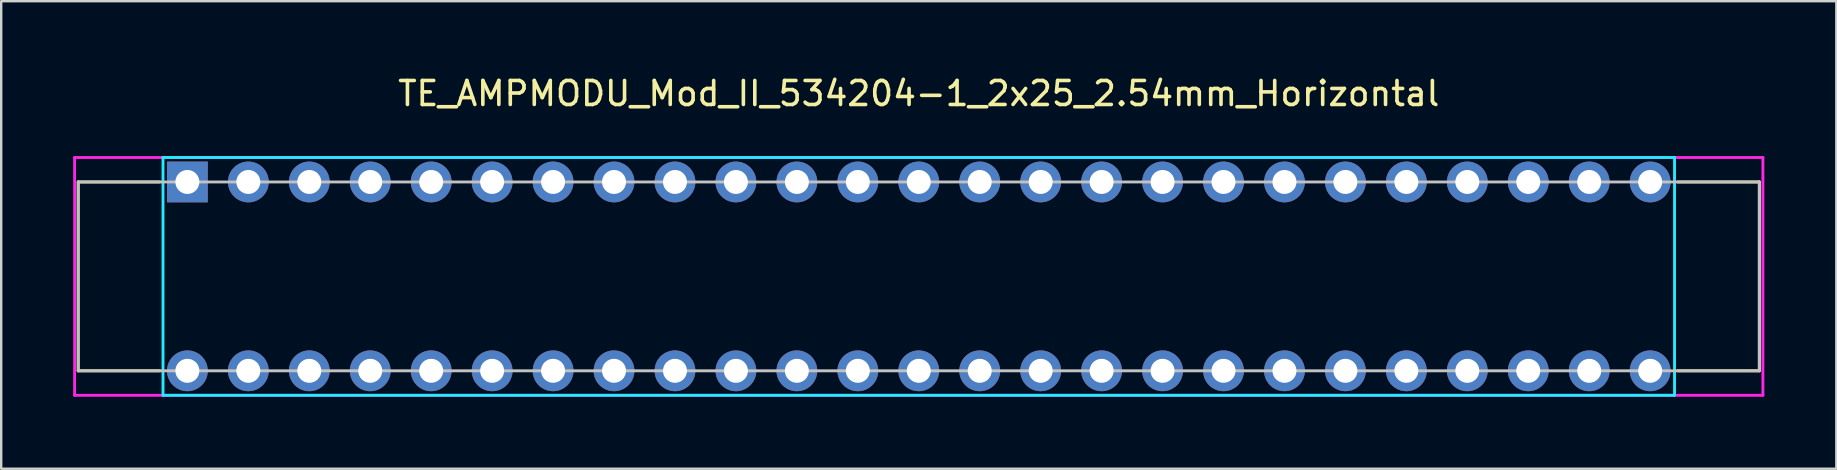
<source format=kicad_pcb>
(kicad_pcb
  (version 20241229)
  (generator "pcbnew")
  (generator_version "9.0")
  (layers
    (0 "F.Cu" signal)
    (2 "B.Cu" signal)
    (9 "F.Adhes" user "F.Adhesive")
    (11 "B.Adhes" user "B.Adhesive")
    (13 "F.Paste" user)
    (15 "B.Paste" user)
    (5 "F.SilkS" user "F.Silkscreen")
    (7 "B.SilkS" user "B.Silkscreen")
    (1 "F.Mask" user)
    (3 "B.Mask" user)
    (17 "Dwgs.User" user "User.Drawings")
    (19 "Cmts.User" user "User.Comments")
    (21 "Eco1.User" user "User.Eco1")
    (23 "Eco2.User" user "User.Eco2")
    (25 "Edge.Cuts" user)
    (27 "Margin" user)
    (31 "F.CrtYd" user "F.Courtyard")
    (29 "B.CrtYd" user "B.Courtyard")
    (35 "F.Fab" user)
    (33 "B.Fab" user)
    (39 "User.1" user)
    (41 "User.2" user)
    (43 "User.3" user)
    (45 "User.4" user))
  (footprint "TE_AMPMODU_Mod_II_534204-1_2x25_2.54mm_Horizontal"
    (layer "F.Cu")
    (at 35.239 8.468)
    (property "Reference" "TE_AMPMODU_Mod_II_534204-1_2x25_2.54mm_Horizontal" (at 0 -7.62 0) (layer "F.SilkS") (effects (font (size 1 1) (thickness 0.15))))
    (attr through_hole)
    (fp_line (start -35.03 -3.935) (end -31.63 -3.935) (stroke (width 0.12) (type solid)) (layer "F.SilkS"))
    (fp_line (start -35.03 3.935) (end -35.03 -3.935) (stroke (width 0.12) (type solid)) (layer "F.SilkS"))
    (fp_line (start -35.03 3.935) (end -31.63 3.935) (stroke (width 0.12) (type solid)) (layer "F.SilkS"))
    (fp_line (start 35.03 -3.935) (end 31.63 -3.935) (stroke (width 0.12) (type solid)) (layer "F.SilkS"))
    (fp_line (start 35.03 3.935) (end 31.63 3.935) (stroke (width 0.12) (type solid)) (layer "F.SilkS"))
    (fp_line (start 35.03 3.935) (end 35.03 -3.935) (stroke (width 0.12) (type solid)) (layer "F.SilkS"))
    (fp_line (start -35.03 -3.935) (end 35.03 -3.935) (stroke (width 0.12) (type solid)) (layer "Dwgs.User"))
    (fp_line (start -35.03 3.935) (end -35.03 -3.935) (stroke (width 0.12) (type solid)) (layer "Dwgs.User"))
    (fp_line (start -35.03 3.935) (end 35.03 3.935) (stroke (width 0.12) (type solid)) (layer "Dwgs.User"))
    (fp_line (start 35.03 -3.935) (end 35.03 3.935) (stroke (width 0.12) (type solid)) (layer "Dwgs.User"))
    (fp_line (start -31.496 4.955) (end -31.496 -4.955) (stroke (width 0.12) (type solid)) (layer "B.CrtYd"))
    (fp_line (start -31.496 4.955) (end 31.496 4.955) (stroke (width 0.12) (type solid)) (layer "B.CrtYd"))
    (fp_line (start 31.496 -4.955) (end -31.496 -4.955) (stroke (width 0.12) (type solid)) (layer "B.CrtYd"))
    (fp_line (start 31.496 -4.955) (end 31.496 4.955) (stroke (width 0.12) (type solid)) (layer "B.CrtYd"))
    (fp_line (start -35.179 4.955) (end -35.179 -4.955) (stroke (width 0.12) (type solid)) (layer "F.CrtYd"))
    (fp_line (start -35.179 4.955) (end 35.179 4.955) (stroke (width 0.12) (type solid)) (layer "F.CrtYd"))
    (fp_line (start 35.179 -4.955) (end -35.179 -4.955) (stroke (width 0.12) (type solid)) (layer "F.CrtYd"))
    (fp_line (start 35.179 4.955) (end 35.179 -4.955) (stroke (width 0.12) (type solid)) (layer "F.CrtYd"))
    (pad "1" thru_hole rect (at -30.48 -3.935) (size 1.7 1.7) (drill 1) (layers "*.Cu" "*.Mask"))
    (pad "2" thru_hole circle (at -30.48 3.935) (size 1.7 1.7) (drill 1) (layers "*.Cu" "*.Mask"))
    (pad "3" thru_hole circle (at -27.94 -3.935) (size 1.7 1.7) (drill 1) (layers "*.Cu" "*.Mask"))
    (pad "4" thru_hole circle (at -27.94 3.935) (size 1.7 1.7) (drill 1) (layers "*.Cu" "*.Mask"))
    (pad "5" thru_hole circle (at -25.4 -3.935) (size 1.7 1.7) (drill 1) (layers "*.Cu" "*.Mask"))
    (pad "6" thru_hole circle (at -25.4 3.935) (size 1.7 1.7) (drill 1) (layers "*.Cu" "*.Mask"))
    (pad "7" thru_hole circle (at -22.86 -3.935) (size 1.7 1.7) (drill 1) (layers "*.Cu" "*.Mask"))
    (pad "8" thru_hole circle (at -22.86 3.935) (size 1.7 1.7) (drill 1) (layers "*.Cu" "*.Mask"))
    (pad "9" thru_hole circle (at -20.32 -3.935) (size 1.7 1.7) (drill 1) (layers "*.Cu" "*.Mask"))
    (pad "10" thru_hole circle (at -20.32 3.935) (size 1.7 1.7) (drill 1) (layers "*.Cu" "*.Mask"))
    (pad "11" thru_hole circle (at -17.78 -3.935) (size 1.7 1.7) (drill 1) (layers "*.Cu" "*.Mask"))
    (pad "12" thru_hole circle (at -17.78 3.935) (size 1.7 1.7) (drill 1) (layers "*.Cu" "*.Mask"))
    (pad "13" thru_hole circle (at -15.24 -3.935) (size 1.7 1.7) (drill 1) (layers "*.Cu" "*.Mask"))
    (pad "14" thru_hole circle (at -15.24 3.935) (size 1.7 1.7) (drill 1) (layers "*.Cu" "*.Mask"))
    (pad "15" thru_hole circle (at -12.7 -3.935) (size 1.7 1.7) (drill 1) (layers "*.Cu" "*.Mask"))
    (pad "16" thru_hole circle (at -12.7 3.935) (size 1.7 1.7) (drill 1) (layers "*.Cu" "*.Mask"))
    (pad "17" thru_hole circle (at -10.16 -3.935) (size 1.7 1.7) (drill 1) (layers "*.Cu" "*.Mask"))
    (pad "18" thru_hole circle (at -10.16 3.935) (size 1.7 1.7) (drill 1) (layers "*.Cu" "*.Mask"))
    (pad "19" thru_hole circle (at -7.62 -3.935) (size 1.7 1.7) (drill 1) (layers "*.Cu" "*.Mask"))
    (pad "20" thru_hole circle (at -7.62 3.935) (size 1.7 1.7) (drill 1) (layers "*.Cu" "*.Mask"))
    (pad "21" thru_hole circle (at -5.08 -3.935) (size 1.7 1.7) (drill 1) (layers "*.Cu" "*.Mask"))
    (pad "22" thru_hole circle (at -5.08 3.935) (size 1.7 1.7) (drill 1) (layers "*.Cu" "*.Mask"))
    (pad "23" thru_hole circle (at -2.54 -3.935) (size 1.7 1.7) (drill 1) (layers "*.Cu" "*.Mask"))
    (pad "24" thru_hole circle (at -2.54 3.935) (size 1.7 1.7) (drill 1) (layers "*.Cu" "*.Mask"))
    (pad "25" thru_hole circle (at 0 -3.935) (size 1.7 1.7) (drill 1) (layers "*.Cu" "*.Mask"))
    (pad "26" thru_hole circle (at 0 3.935) (size 1.7 1.7) (drill 1) (layers "*.Cu" "*.Mask"))
    (pad "27" thru_hole circle (at 2.54 -3.935) (size 1.7 1.7) (drill 1) (layers "*.Cu" "*.Mask"))
    (pad "28" thru_hole circle (at 2.54 3.935) (size 1.7 1.7) (drill 1) (layers "*.Cu" "*.Mask"))
    (pad "29" thru_hole circle (at 5.08 -3.935) (size 1.7 1.7) (drill 1) (layers "*.Cu" "*.Mask"))
    (pad "30" thru_hole circle (at 5.08 3.935) (size 1.7 1.7) (drill 1) (layers "*.Cu" "*.Mask"))
    (pad "31" thru_hole circle (at 7.62 -3.935) (size 1.7 1.7) (drill 1) (layers "*.Cu" "*.Mask"))
    (pad "32" thru_hole circle (at 7.62 3.935) (size 1.7 1.7) (drill 1) (layers "*.Cu" "*.Mask"))
    (pad "33" thru_hole circle (at 10.16 -3.935) (size 1.7 1.7) (drill 1) (layers "*.Cu" "*.Mask"))
    (pad "34" thru_hole circle (at 10.16 3.935) (size 1.7 1.7) (drill 1) (layers "*.Cu" "*.Mask"))
    (pad "35" thru_hole circle (at 12.7 -3.935) (size 1.7 1.7) (drill 1) (layers "*.Cu" "*.Mask"))
    (pad "36" thru_hole circle (at 12.7 3.935) (size 1.7 1.7) (drill 1) (layers "*.Cu" "*.Mask"))
    (pad "37" thru_hole circle (at 15.24 -3.935) (size 1.7 1.7) (drill 1) (layers "*.Cu" "*.Mask"))
    (pad "38" thru_hole circle (at 15.24 3.935) (size 1.7 1.7) (drill 1) (layers "*.Cu" "*.Mask"))
    (pad "39" thru_hole circle (at 17.78 -3.935) (size 1.7 1.7) (drill 1) (layers "*.Cu" "*.Mask"))
    (pad "40" thru_hole circle (at 17.78 3.935) (size 1.7 1.7) (drill 1) (layers "*.Cu" "*.Mask"))
    (pad "41" thru_hole circle (at 20.32 -3.935) (size 1.7 1.7) (drill 1) (layers "*.Cu" "*.Mask"))
    (pad "42" thru_hole circle (at 20.32 3.935) (size 1.7 1.7) (drill 1) (layers "*.Cu" "*.Mask"))
    (pad "43" thru_hole circle (at 22.86 -3.935) (size 1.7 1.7) (drill 1) (layers "*.Cu" "*.Mask"))
    (pad "44" thru_hole circle (at 22.86 3.935) (size 1.7 1.7) (drill 1) (layers "*.Cu" "*.Mask"))
    (pad "45" thru_hole circle (at 25.4 -3.935) (size 1.7 1.7) (drill 1) (layers "*.Cu" "*.Mask"))
    (pad "46" thru_hole circle (at 25.4 3.935) (size 1.7 1.7) (drill 1) (layers "*.Cu" "*.Mask"))
    (pad "47" thru_hole circle (at 27.94 -3.935) (size 1.7 1.7) (drill 1) (layers "*.Cu" "*.Mask"))
    (pad "48" thru_hole circle (at 27.94 3.935) (size 1.7 1.7) (drill 1) (layers "*.Cu" "*.Mask"))
    (pad "49" thru_hole circle (at 30.48 -3.935) (size 1.7 1.7) (drill 1) (layers "*.Cu" "*.Mask"))
    (pad "50" thru_hole circle (at 30.48 3.935) (size 1.7 1.7) (drill 1) (layers "*.Cu" "*.Mask")))
  (gr_rect
    (start -3 -3)
    (end 73.478 16.483)
    (stroke (width 0.1) (type default))
    (fill no)
    (layer "Edge.Cuts")))
</source>
